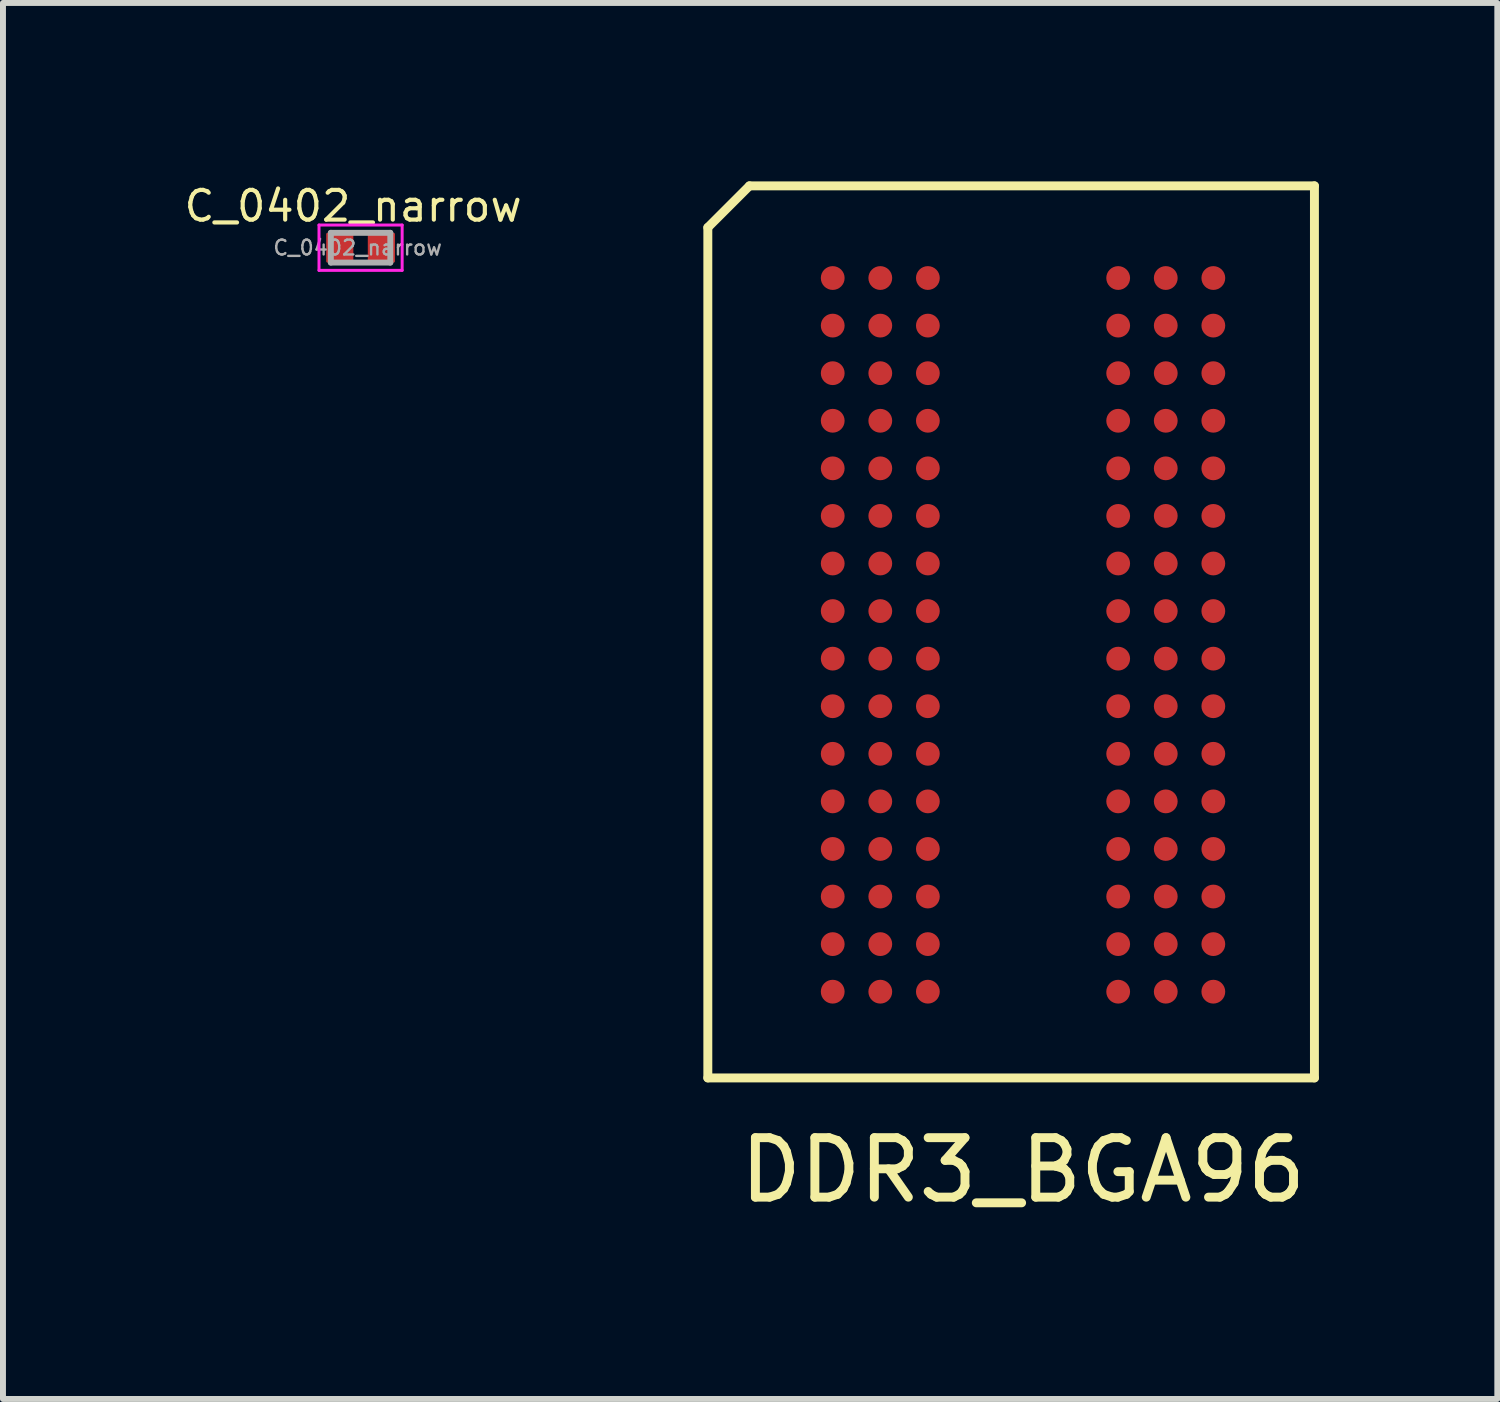
<source format=kicad_pcb>
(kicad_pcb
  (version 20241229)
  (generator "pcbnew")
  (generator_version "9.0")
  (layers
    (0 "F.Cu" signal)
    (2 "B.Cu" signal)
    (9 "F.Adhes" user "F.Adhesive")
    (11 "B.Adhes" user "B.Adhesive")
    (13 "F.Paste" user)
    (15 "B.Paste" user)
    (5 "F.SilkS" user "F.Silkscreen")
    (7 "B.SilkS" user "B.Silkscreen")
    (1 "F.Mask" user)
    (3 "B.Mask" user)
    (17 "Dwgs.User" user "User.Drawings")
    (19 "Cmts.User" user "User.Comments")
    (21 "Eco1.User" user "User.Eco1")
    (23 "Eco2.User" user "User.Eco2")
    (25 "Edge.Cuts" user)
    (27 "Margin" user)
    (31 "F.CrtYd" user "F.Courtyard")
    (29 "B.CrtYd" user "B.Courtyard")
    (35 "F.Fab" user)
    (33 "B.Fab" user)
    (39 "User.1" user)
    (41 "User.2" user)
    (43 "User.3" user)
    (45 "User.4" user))
  (footprint "DDR3_BGA96"
    (layer "F.Cu")
    (at 14.152 7.625)
    (property "Reference" "DDR3_BGA96" (at 0 9 0) (layer "F.SilkS") (effects (font (size 1 1) (thickness 0.15))))
    (attr through_hole)
    (fp_line (start -5.3 -6.85) (end -5.3 7.45) (stroke (width 0.15) (type solid)) (layer "F.SilkS"))
    (fp_line (start -5.3 7.45) (end 4.9 7.45) (stroke (width 0.15) (type solid)) (layer "F.SilkS"))
    (fp_line (start -4.6 -7.55) (end -5.3 -6.85) (stroke (width 0.15) (type solid)) (layer "F.SilkS"))
    (fp_line (start 4.9 -7.55) (end -4.6 -7.55) (stroke (width 0.15) (type solid)) (layer "F.SilkS"))
    (fp_line (start 4.9 7.45) (end 4.9 -7.55) (stroke (width 0.15) (type solid)) (layer "F.SilkS"))
    (pad "A1" smd circle (at -3.2 -6) (size 0.4 0.4) (layers "F.Cu" "F.Mask" "F.Paste"))
    (pad "A2" smd circle (at -2.4 -6) (size 0.4 0.4) (layers "F.Cu" "F.Mask" "F.Paste"))
    (pad "A3" smd circle (at -1.6 -6) (size 0.4 0.4) (layers "F.Cu" "F.Mask" "F.Paste"))
    (pad "A7" smd circle (at 1.6 -6) (size 0.4 0.4) (layers "F.Cu" "F.Mask" "F.Paste"))
    (pad "A8" smd circle (at 2.4 -6) (size 0.4 0.4) (layers "F.Cu" "F.Mask" "F.Paste"))
    (pad "A9" smd circle (at 3.2 -6) (size 0.4 0.4) (layers "F.Cu" "F.Mask" "F.Paste"))
    (pad "B1" smd circle (at -3.2 -5.2) (size 0.4 0.4) (layers "F.Cu" "F.Mask" "F.Paste"))
    (pad "B2" smd circle (at -2.4 -5.2) (size 0.4 0.4) (layers "F.Cu" "F.Mask" "F.Paste"))
    (pad "B3" smd circle (at -1.6 -5.2) (size 0.4 0.4) (layers "F.Cu" "F.Mask" "F.Paste"))
    (pad "B7" smd circle (at 1.6 -5.2) (size 0.4 0.4) (layers "F.Cu" "F.Mask" "F.Paste"))
    (pad "B8" smd circle (at 2.4 -5.2) (size 0.4 0.4) (layers "F.Cu" "F.Mask" "F.Paste"))
    (pad "B9" smd circle (at 3.2 -5.2) (size 0.4 0.4) (layers "F.Cu" "F.Mask" "F.Paste"))
    (pad "C1" smd circle (at -3.2 -4.4) (size 0.4 0.4) (layers "F.Cu" "F.Mask" "F.Paste"))
    (pad "C2" smd circle (at -2.4 -4.4) (size 0.4 0.4) (layers "F.Cu" "F.Mask" "F.Paste"))
    (pad "C3" smd circle (at -1.6 -4.4) (size 0.4 0.4) (layers "F.Cu" "F.Mask" "F.Paste"))
    (pad "C7" smd circle (at 1.6 -4.4) (size 0.4 0.4) (layers "F.Cu" "F.Mask" "F.Paste"))
    (pad "C8" smd circle (at 2.4 -4.4) (size 0.4 0.4) (layers "F.Cu" "F.Mask" "F.Paste"))
    (pad "C9" smd circle (at 3.2 -4.4) (size 0.4 0.4) (layers "F.Cu" "F.Mask" "F.Paste"))
    (pad "D1" smd circle (at -3.2 -3.6) (size 0.4 0.4) (layers "F.Cu" "F.Mask" "F.Paste"))
    (pad "D2" smd circle (at -2.4 -3.6) (size 0.4 0.4) (layers "F.Cu" "F.Mask" "F.Paste"))
    (pad "D3" smd circle (at -1.6 -3.6) (size 0.4 0.4) (layers "F.Cu" "F.Mask" "F.Paste"))
    (pad "D7" smd circle (at 1.6 -3.6) (size 0.4 0.4) (layers "F.Cu" "F.Mask" "F.Paste"))
    (pad "D8" smd circle (at 2.4 -3.6) (size 0.4 0.4) (layers "F.Cu" "F.Mask" "F.Paste"))
    (pad "D9" smd circle (at 3.2 -3.6) (size 0.4 0.4) (layers "F.Cu" "F.Mask" "F.Paste"))
    (pad "E1" smd circle (at -3.2 -2.8) (size 0.4 0.4) (layers "F.Cu" "F.Mask" "F.Paste"))
    (pad "E2" smd circle (at -2.4 -2.8) (size 0.4 0.4) (layers "F.Cu" "F.Mask" "F.Paste"))
    (pad "E3" smd circle (at -1.6 -2.8) (size 0.4 0.4) (layers "F.Cu" "F.Mask" "F.Paste"))
    (pad "E7" smd circle (at 1.6 -2.8) (size 0.4 0.4) (layers "F.Cu" "F.Mask" "F.Paste"))
    (pad "E8" smd circle (at 2.4 -2.8) (size 0.4 0.4) (layers "F.Cu" "F.Mask" "F.Paste"))
    (pad "E9" smd circle (at 3.2 -2.8) (size 0.4 0.4) (layers "F.Cu" "F.Mask" "F.Paste"))
    (pad "F1" smd circle (at -3.2 -2) (size 0.4 0.4) (layers "F.Cu" "F.Mask" "F.Paste"))
    (pad "F2" smd circle (at -2.4 -2) (size 0.4 0.4) (layers "F.Cu" "F.Mask" "F.Paste"))
    (pad "F3" smd circle (at -1.6 -2) (size 0.4 0.4) (layers "F.Cu" "F.Mask" "F.Paste"))
    (pad "F7" smd circle (at 1.6 -2) (size 0.4 0.4) (layers "F.Cu" "F.Mask" "F.Paste"))
    (pad "F8" smd circle (at 2.4 -2) (size 0.4 0.4) (layers "F.Cu" "F.Mask" "F.Paste"))
    (pad "F9" smd circle (at 3.2 -2) (size 0.4 0.4) (layers "F.Cu" "F.Mask" "F.Paste"))
    (pad "G1" smd circle (at -3.2 -1.2) (size 0.4 0.4) (layers "F.Cu" "F.Mask" "F.Paste"))
    (pad "G2" smd circle (at -2.4 -1.2) (size 0.4 0.4) (layers "F.Cu" "F.Mask" "F.Paste"))
    (pad "G3" smd circle (at -1.6 -1.2) (size 0.4 0.4) (layers "F.Cu" "F.Mask" "F.Paste"))
    (pad "G7" smd circle (at 1.6 -1.2) (size 0.4 0.4) (layers "F.Cu" "F.Mask" "F.Paste"))
    (pad "G8" smd circle (at 2.4 -1.2) (size 0.4 0.4) (layers "F.Cu" "F.Mask" "F.Paste"))
    (pad "G9" smd circle (at 3.2 -1.2) (size 0.4 0.4) (layers "F.Cu" "F.Mask" "F.Paste"))
    (pad "H1" smd circle (at -3.2 -0.4) (size 0.4 0.4) (layers "F.Cu" "F.Mask" "F.Paste"))
    (pad "H2" smd circle (at -2.4 -0.4) (size 0.4 0.4) (layers "F.Cu" "F.Mask" "F.Paste"))
    (pad "H3" smd circle (at -1.6 -0.4) (size 0.4 0.4) (layers "F.Cu" "F.Mask" "F.Paste"))
    (pad "H7" smd circle (at 1.6 -0.4) (size 0.4 0.4) (layers "F.Cu" "F.Mask" "F.Paste"))
    (pad "H8" smd circle (at 2.4 -0.4) (size 0.4 0.4) (layers "F.Cu" "F.Mask" "F.Paste"))
    (pad "H9" smd circle (at 3.2 -0.4) (size 0.4 0.4) (layers "F.Cu" "F.Mask" "F.Paste"))
    (pad "J1" smd circle (at -3.2 0.4) (size 0.4 0.4) (layers "F.Cu" "F.Mask" "F.Paste"))
    (pad "J2" smd circle (at -2.4 0.4) (size 0.4 0.4) (layers "F.Cu" "F.Mask" "F.Paste"))
    (pad "J3" smd circle (at -1.6 0.4) (size 0.4 0.4) (layers "F.Cu" "F.Mask" "F.Paste"))
    (pad "J7" smd circle (at 1.6 0.4) (size 0.4 0.4) (layers "F.Cu" "F.Mask" "F.Paste"))
    (pad "J8" smd circle (at 2.4 0.4) (size 0.4 0.4) (layers "F.Cu" "F.Mask" "F.Paste"))
    (pad "J9" smd circle (at 3.2 0.4) (size 0.4 0.4) (layers "F.Cu" "F.Mask" "F.Paste"))
    (pad "K1" smd circle (at -3.2 1.2) (size 0.4 0.4) (layers "F.Cu" "F.Mask" "F.Paste"))
    (pad "K2" smd circle (at -2.4 1.2) (size 0.4 0.4) (layers "F.Cu" "F.Mask" "F.Paste"))
    (pad "K3" smd circle (at -1.6 1.2) (size 0.4 0.4) (layers "F.Cu" "F.Mask" "F.Paste"))
    (pad "K7" smd circle (at 1.6 1.2) (size 0.4 0.4) (layers "F.Cu" "F.Mask" "F.Paste"))
    (pad "K8" smd circle (at 2.4 1.2) (size 0.4 0.4) (layers "F.Cu" "F.Mask" "F.Paste"))
    (pad "K9" smd circle (at 3.2 1.2) (size 0.4 0.4) (layers "F.Cu" "F.Mask" "F.Paste"))
    (pad "L1" smd circle (at -3.2 2) (size 0.4 0.4) (layers "F.Cu" "F.Mask" "F.Paste"))
    (pad "L2" smd circle (at -2.4 2) (size 0.4 0.4) (layers "F.Cu" "F.Mask" "F.Paste"))
    (pad "L3" smd circle (at -1.6 2) (size 0.4 0.4) (layers "F.Cu" "F.Mask" "F.Paste"))
    (pad "L7" smd circle (at 1.6 2) (size 0.4 0.4) (layers "F.Cu" "F.Mask" "F.Paste"))
    (pad "L8" smd circle (at 2.4 2) (size 0.4 0.4) (layers "F.Cu" "F.Mask" "F.Paste"))
    (pad "L9" smd circle (at 3.2 2) (size 0.4 0.4) (layers "F.Cu" "F.Mask" "F.Paste"))
    (pad "M1" smd circle (at -3.2 2.8) (size 0.4 0.4) (layers "F.Cu" "F.Mask" "F.Paste"))
    (pad "M2" smd circle (at -2.4 2.8) (size 0.4 0.4) (layers "F.Cu" "F.Mask" "F.Paste"))
    (pad "M3" smd circle (at -1.6 2.8) (size 0.4 0.4) (layers "F.Cu" "F.Mask" "F.Paste"))
    (pad "M7" smd circle (at 1.6 2.8) (size 0.4 0.4) (layers "F.Cu" "F.Mask" "F.Paste"))
    (pad "M8" smd circle (at 2.4 2.8) (size 0.4 0.4) (layers "F.Cu" "F.Mask" "F.Paste"))
    (pad "M9" smd circle (at 3.2 2.8) (size 0.4 0.4) (layers "F.Cu" "F.Mask" "F.Paste"))
    (pad "N1" smd circle (at -3.2 3.6) (size 0.4 0.4) (layers "F.Cu" "F.Mask" "F.Paste"))
    (pad "N2" smd circle (at -2.4 3.6) (size 0.4 0.4) (layers "F.Cu" "F.Mask" "F.Paste"))
    (pad "N3" smd circle (at -1.6 3.6) (size 0.4 0.4) (layers "F.Cu" "F.Mask" "F.Paste"))
    (pad "N7" smd circle (at 1.6 3.6) (size 0.4 0.4) (layers "F.Cu" "F.Mask" "F.Paste"))
    (pad "N8" smd circle (at 2.4 3.6) (size 0.4 0.4) (layers "F.Cu" "F.Mask" "F.Paste"))
    (pad "N9" smd circle (at 3.2 3.6) (size 0.4 0.4) (layers "F.Cu" "F.Mask" "F.Paste"))
    (pad "P1" smd circle (at -3.2 4.4) (size 0.4 0.4) (layers "F.Cu" "F.Mask" "F.Paste"))
    (pad "P2" smd circle (at -2.4 4.4) (size 0.4 0.4) (layers "F.Cu" "F.Mask" "F.Paste"))
    (pad "P3" smd circle (at -1.6 4.4) (size 0.4 0.4) (layers "F.Cu" "F.Mask" "F.Paste"))
    (pad "P7" smd circle (at 1.6 4.4) (size 0.4 0.4) (layers "F.Cu" "F.Mask" "F.Paste"))
    (pad "P8" smd circle (at 2.4 4.4) (size 0.4 0.4) (layers "F.Cu" "F.Mask" "F.Paste"))
    (pad "P9" smd circle (at 3.2 4.4) (size 0.4 0.4) (layers "F.Cu" "F.Mask" "F.Paste"))
    (pad "R1" smd circle (at -3.2 5.2) (size 0.4 0.4) (layers "F.Cu" "F.Mask" "F.Paste"))
    (pad "R2" smd circle (at -2.4 5.2) (size 0.4 0.4) (layers "F.Cu" "F.Mask" "F.Paste"))
    (pad "R3" smd circle (at -1.6 5.2) (size 0.4 0.4) (layers "F.Cu" "F.Mask" "F.Paste"))
    (pad "R7" smd circle (at 1.6 5.2) (size 0.4 0.4) (layers "F.Cu" "F.Mask" "F.Paste"))
    (pad "R8" smd circle (at 2.4 5.2) (size 0.4 0.4) (layers "F.Cu" "F.Mask" "F.Paste"))
    (pad "R9" smd circle (at 3.2 5.2) (size 0.4 0.4) (layers "F.Cu" "F.Mask" "F.Paste"))
    (pad "T1" smd circle (at -3.2 6) (size 0.4 0.4) (layers "F.Cu" "F.Mask" "F.Paste"))
    (pad "T2" smd circle (at -2.4 6) (size 0.4 0.4) (layers "F.Cu" "F.Mask" "F.Paste"))
    (pad "T3" smd circle (at -1.6 6) (size 0.4 0.4) (layers "F.Cu" "F.Mask" "F.Paste"))
    (pad "T7" smd circle (at 1.6 6) (size 0.4 0.4) (layers "F.Cu" "F.Mask" "F.Paste"))
    (pad "T8" smd circle (at 2.4 6) (size 0.4 0.4) (layers "F.Cu" "F.Mask" "F.Paste"))
    (pad "T9" smd circle (at 3.2 6) (size 0.4 0.4) (layers "F.Cu" "F.Mask" "F.Paste")))
  (footprint "C_0402_narrow"
    (layer "F.Cu")
    (at 3.013 1.115)
    (property "Reference" "C_0402_narrow" (at -0.125 -0.7 0) (layer "F.SilkS") (effects (font (size 0.5 0.5) (thickness 0.07))))
    (attr smd)
    (fp_line (start -0.699 -0.381) (end 0.699 -0.381) (stroke (width 0.05) (type solid)) (layer "F.CrtYd"))
    (fp_line (start -0.699 0.381) (end -0.699 -0.381) (stroke (width 0.05) (type solid)) (layer "F.CrtYd"))
    (fp_line (start 0.699 -0.381) (end 0.699 0.381) (stroke (width 0.05) (type solid)) (layer "F.CrtYd"))
    (fp_line (start 0.699 0.381) (end -0.699 0.381) (stroke (width 0.05) (type solid)) (layer "F.CrtYd"))
    (fp_line (start -0.5 -0.25) (end 0.5 -0.25) (stroke (width 0.1) (type solid)) (layer "F.Fab"))
    (fp_line (start -0.5 0.25) (end -0.5 -0.25) (stroke (width 0.1) (type solid)) (layer "F.Fab"))
    (fp_line (start 0.5 -0.25) (end 0.5 0.25) (stroke (width 0.1) (type solid)) (layer "F.Fab"))
    (fp_line (start 0.5 0.25) (end -0.5 0.25) (stroke (width 0.1) (type solid)) (layer "F.Fab"))
    (fp_text user "${REFERENCE}" (at -0.05 0 0) (layer "F.Fab") (effects (font (size 0.25 0.25) (thickness 0.04))))
    (pad "1" smd roundrect (at -0.35 0) (size 0.457 0.5) (layers "F.Cu" "F.Mask" "F.Paste") (roundrect_rratio 0.05))
    (pad "2" smd roundrect (at 0.35 0) (size 0.457 0.5) (layers "F.Cu" "F.Mask" "F.Paste") (roundrect_rratio 0.05)))
  (gr_rect
    (start -3 -3)
    (end 22.127 20.473)
    (stroke (width 0.1) (type default))
    (fill no)
    (layer "Edge.Cuts")))
</source>
